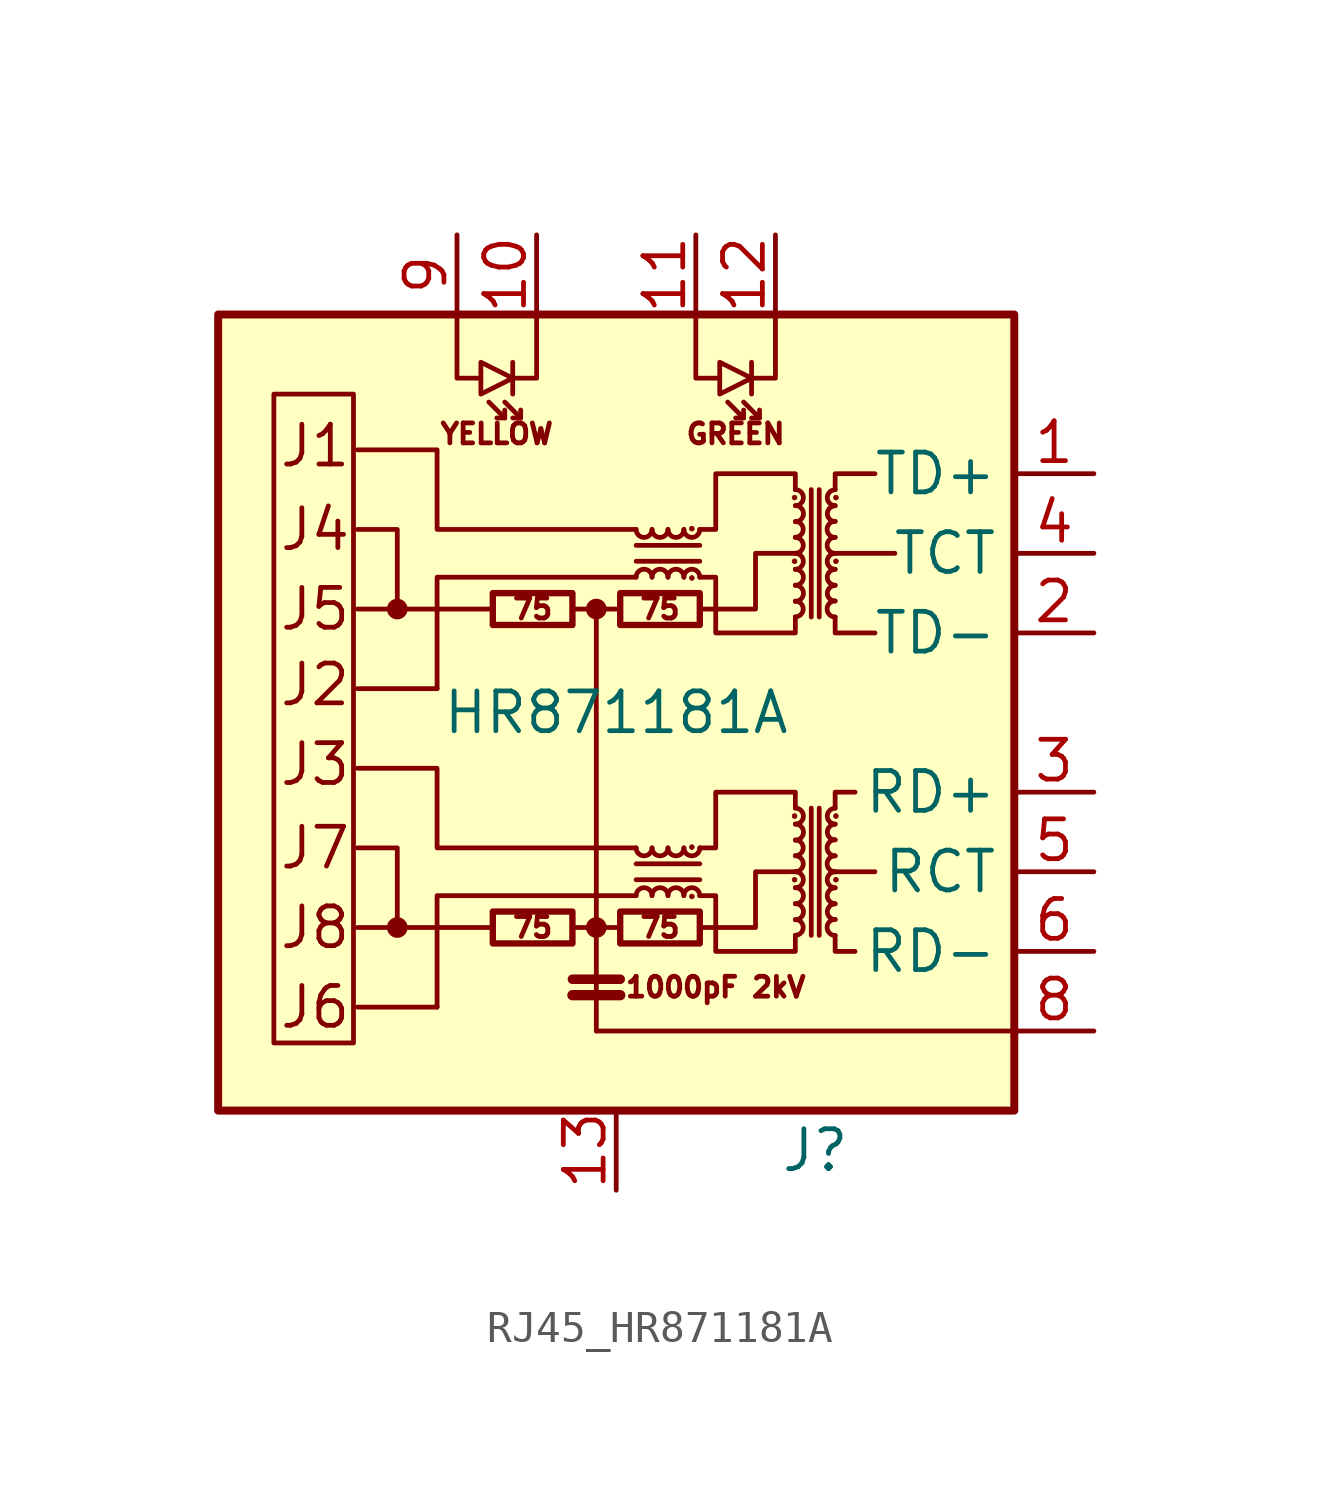
<source format=kicad_sym>
(kicad_symbol_lib
  (version 20220914)
  (generator kicad_symbol_editor)
  (symbol "RJ45_HR871181A"
    (property "Reference" "J"
      (at 6.35 -13.97 0)
      (effects (font (size 1.27 1.27))))
    (property "Value" "HR871181A"
      (at 0 0 0)
      (effects (font (size 1.27 1.27))))
    (symbol "RJ45_HR871181A_0_0"
      (rectangle (start -12.7 12.7) (end 12.7 -12.7) (stroke (width 0.254) (type default)) (fill (type background)))
      (polyline (pts (xy -3.937 -6.858) (xy -8.255 -6.858)) (stroke (width 0) (type default)) (fill (type none)))
      (polyline (pts (xy -3.937 3.302) (xy -8.255 3.302)) (stroke (width 0) (type default)) (fill (type none)))
      (polyline (pts (xy -0.635 -10.16) (xy 12.7 -10.16)) (stroke (width 0) (type default)) (fill (type none)))
      (polyline (pts (xy 8.255 -5.08) (xy 6.985 -5.08)) (stroke (width 0) (type default)) (fill (type none)))
      (polyline (pts (xy 8.89 5.08) (xy 6.985 5.08)) (stroke (width 0) (type default)) (fill (type none)))
      (polyline (pts (xy 0.635 -4.318) (xy -5.715 -4.318) (xy -5.715 -1.778) (xy -8.255 -1.778)) (stroke (width 0) (type default)) (fill (type none)))
      (polyline (pts (xy 0.635 5.842) (xy -5.715 5.842) (xy -5.715 8.382) (xy -8.255 8.382)) (stroke (width 0) (type default)) (fill (type none)))
      (polyline (pts (xy 2.667 -6.858) (xy 4.445 -6.858) (xy 4.445 -5.08) (xy 5.715 -5.08)) (stroke (width 0) (type default)) (fill (type none)))
      (polyline (pts (xy 2.667 3.302) (xy 4.445 3.302) (xy 4.445 5.08) (xy 5.715 5.08)) (stroke (width 0) (type default)) (fill (type none)))
      (text "1000pF 2kV" (at 3.175 -8.763 0) (effects (font (size 0.635 0.635))))
      (text "75" (at -2.667 -6.858 0) (effects (font (size 0.635 0.635))))
      (text "75" (at -2.667 3.302 0) (effects (font (size 0.635 0.635))))
      (text "75" (at 1.397 -6.858 0) (effects (font (size 0.635 0.635))))
      (text "75" (at 1.397 3.302 0) (effects (font (size 0.635 0.635))))
      (text "GREEN" (at 3.81 8.89 0) (effects (font (size 0.635 0.635))))
      (text "J1" (at -10.795 8.509 0) (effects (font (size 1.27 1.27)) (justify left)))
      (text "J2" (at -10.795 0.889 0) (effects (font (size 1.27 1.27)) (justify left)))
      (text "J3" (at -10.795 -1.651 0) (effects (font (size 1.27 1.27)) (justify left)))
      (text "J4" (at -10.795 5.842 0) (effects (font (size 1.27 1.27)) (justify left)))
      (text "J5" (at -10.795 3.302 0) (effects (font (size 1.27 1.27)) (justify left)))
      (text "J6" (at -10.795 -9.398 0) (effects (font (size 1.27 1.27)) (justify left)))
      (text "J7" (at -10.795 -4.318 0) (effects (font (size 1.27 1.27)) (justify left)))
      (text "J8" (at -10.795 -6.858 0) (effects (font (size 1.27 1.27)) (justify left)))
      (text "YELLOW" (at -3.81 8.89 0) (effects (font (size 0.635 0.635)))))
    (symbol "RJ45_HR871181A_0_1"
      (rectangle (start -8.382 -10.541) (end -10.922 10.16) (stroke (width 0) (type default)) (fill (type none)))
      (circle (center -6.985 -6.858) (radius 0.254) (stroke (width 0) (type default)) (fill (type outline)))
      (circle (center -6.985 3.302) (radius 0.254) (stroke (width 0) (type default)) (fill (type outline)))
      (rectangle (start -3.937 -7.366) (end -1.397 -6.35) (stroke (width 0.203) (type default)) (fill (type none)))
      (rectangle (start -3.937 2.794) (end -1.397 3.81) (stroke (width 0.203) (type default)) (fill (type none)))
      (circle (center -0.635 -6.858) (radius 0.254) (stroke (width 0) (type default)) (fill (type outline)))
      (circle (center -0.635 3.302) (radius 0.254) (stroke (width 0) (type default)) (fill (type outline)))
      (polyline (pts (xy -5.715 -9.398) (xy -8.255 -9.398)) (stroke (width 0) (type default)) (fill (type none)))
      (polyline (pts (xy -5.715 0.762) (xy -8.255 0.762)) (stroke (width 0) (type default)) (fill (type none)))
      (polyline (pts (xy -3.556 9.398) (xy -4.064 9.906)) (stroke (width 0) (type default)) (fill (type none)))
      (polyline (pts (xy -3.302 11.176) (xy -3.302 10.16)) (stroke (width 0) (type default)) (fill (type none)))
      (polyline (pts (xy -3.048 9.398) (xy -3.556 9.906)) (stroke (width 0) (type default)) (fill (type none)))
      (polyline (pts (xy -1.397 -9.017) (xy 0.127 -9.017)) (stroke (width 0.33) (type default)) (fill (type none)))
      (polyline (pts (xy -1.397 -8.509) (xy 0.127 -8.509)) (stroke (width 0.305) (type default)) (fill (type none)))
      (polyline (pts (xy -0.635 3.302) (xy -1.397 3.302)) (stroke (width 0) (type default)) (fill (type none)))
      (polyline (pts (xy 0.127 -6.858) (xy -1.397 -6.858)) (stroke (width 0) (type default)) (fill (type none)))
      (polyline (pts (xy 0.635 -5.334) (xy 2.667 -5.334)) (stroke (width 0) (type default)) (fill (type none)))
      (polyline (pts (xy 0.635 4.826) (xy 2.667 4.826)) (stroke (width 0) (type default)) (fill (type none)))
      (polyline (pts (xy 2.667 -4.826) (xy 0.635 -4.826)) (stroke (width 0) (type default)) (fill (type none)))
      (polyline (pts (xy 2.667 5.334) (xy 0.635 5.334)) (stroke (width 0) (type default)) (fill (type none)))
      (polyline (pts (xy 4.064 9.398) (xy 3.556 9.906)) (stroke (width 0) (type default)) (fill (type none)))
      (polyline (pts (xy 4.318 11.176) (xy 4.318 10.16)) (stroke (width 0) (type default)) (fill (type none)))
      (polyline (pts (xy 4.572 9.398) (xy 4.064 9.906)) (stroke (width 0) (type default)) (fill (type none)))
      (polyline (pts (xy 6.223 -3.048) (xy 6.223 -7.112)) (stroke (width 0) (type default)) (fill (type none)))
      (polyline (pts (xy 6.223 7.112) (xy 6.223 3.048)) (stroke (width 0) (type default)) (fill (type none)))
      (polyline (pts (xy 6.477 -7.112) (xy 6.477 -3.048)) (stroke (width 0) (type default)) (fill (type none)))
      (polyline (pts (xy 6.477 3.048) (xy 6.477 7.112)) (stroke (width 0) (type default)) (fill (type none)))
      (polyline (pts (xy -6.985 -6.858) (xy -6.985 -4.318) (xy -8.255 -4.318)) (stroke (width 0) (type default)) (fill (type none)))
      (polyline (pts (xy -6.985 3.302) (xy -6.985 5.842) (xy -8.255 5.842)) (stroke (width 0) (type default)) (fill (type none)))
      (polyline (pts (xy -5.08 12.7) (xy -5.08 10.668) (xy -4.318 10.668)) (stroke (width 0) (type default)) (fill (type none)))
      (polyline (pts (xy -3.556 9.652) (xy -3.556 9.398) (xy -3.81 9.398)) (stroke (width 0) (type default)) (fill (type none)))
      (polyline (pts (xy -3.048 9.652) (xy -3.048 9.398) (xy -3.302 9.398)) (stroke (width 0) (type default)) (fill (type none)))
      (polyline (pts (xy -2.54 12.7) (xy -2.54 10.668) (xy -3.302 10.668)) (stroke (width 0) (type default)) (fill (type none)))
      (polyline (pts (xy -0.635 -10.16) (xy -0.635 3.302) (xy 0 3.302)) (stroke (width 0) (type default)) (fill (type none)))
      (polyline (pts (xy 0.635 -5.842) (xy -5.715 -5.842) (xy -5.715 -9.398)) (stroke (width 0) (type default)) (fill (type none)))
      (polyline (pts (xy 0.635 4.318) (xy -5.715 4.318) (xy -5.715 0.762)) (stroke (width 0) (type default)) (fill (type none)))
      (polyline (pts (xy 2.54 12.7) (xy 2.54 10.668) (xy 3.302 10.668)) (stroke (width 0) (type default)) (fill (type none)))
      (polyline (pts (xy 4.064 9.652) (xy 4.064 9.398) (xy 3.81 9.398)) (stroke (width 0) (type default)) (fill (type none)))
      (polyline (pts (xy 4.572 9.652) (xy 4.572 9.398) (xy 4.318 9.398)) (stroke (width 0) (type default)) (fill (type none)))
      (polyline (pts (xy 5.08 12.7) (xy 5.08 10.668) (xy 4.318 10.668)) (stroke (width 0) (type default)) (fill (type none)))
      (polyline (pts (xy 6.985 -7.112) (xy 6.985 -7.62) (xy 7.62 -7.62)) (stroke (width 0) (type default)) (fill (type none)))
      (polyline (pts (xy 6.985 -3.048) (xy 6.985 -2.54) (xy 7.62 -2.54)) (stroke (width 0) (type default)) (fill (type none)))
      (polyline (pts (xy 6.985 3.048) (xy 6.985 2.54) (xy 8.255 2.54)) (stroke (width 0) (type default)) (fill (type none)))
      (polyline (pts (xy 6.985 7.112) (xy 6.985 7.62) (xy 8.255 7.62)) (stroke (width 0) (type default)) (fill (type none)))
      (polyline (pts (xy -3.302 10.668) (xy -4.318 11.176) (xy -4.318 10.16) (xy -3.302 10.668)) (stroke (width 0) (type default)) (fill (type none)))
      (polyline (pts (xy 4.318 10.668) (xy 3.302 11.176) (xy 3.302 10.16) (xy 4.318 10.668)) (stroke (width 0) (type default)) (fill (type none)))
      (polyline (pts (xy 2.667 -4.318) (xy 3.175 -4.318) (xy 3.175 -2.54) (xy 5.715 -2.54) (xy 5.715 -3.048)) (stroke (width 0) (type default)) (fill (type none)))
      (polyline (pts (xy 2.667 5.842) (xy 3.175 5.842) (xy 3.175 7.62) (xy 5.715 7.62) (xy 5.715 7.112)) (stroke (width 0) (type default)) (fill (type none)))
      (polyline (pts (xy 5.715 -7.112) (xy 5.715 -7.62) (xy 3.175 -7.62) (xy 3.175 -5.842) (xy 2.667 -5.842)) (stroke (width 0) (type default)) (fill (type none)))
      (polyline (pts (xy 5.715 3.048) (xy 5.715 2.54) (xy 3.175 2.54) (xy 3.175 4.318) (xy 2.667 4.318)) (stroke (width 0) (type default)) (fill (type none)))
      (rectangle (start 0.127 -7.366) (end 2.667 -6.35) (stroke (width 0.203) (type default)) (fill (type none)))
      (rectangle (start 0.127 2.794) (end 2.667 3.81) (stroke (width 0.203) (type default)) (fill (type none)))
      (arc (start 0.635 -4.318) (mid 0.889 -4.5709) (end 1.143 -4.318) (stroke (width 0) (type default)) (fill (type none)))
      (arc (start 0.635 5.842) (mid 0.889 5.5891) (end 1.143 5.842) (stroke (width 0) (type default)) (fill (type none)))
      (arc (start 1.143 -5.842) (mid 0.889 -5.5891) (end 0.635 -5.842) (stroke (width 0) (type default)) (fill (type none)))
      (arc (start 1.143 -4.318) (mid 1.397 -4.5709) (end 1.651 -4.318) (stroke (width 0) (type default)) (fill (type none)))
      (arc (start 1.143 4.318) (mid 0.889 4.5709) (end 0.635 4.318) (stroke (width 0) (type default)) (fill (type none)))
      (arc (start 1.143 5.842) (mid 1.397 5.5891) (end 1.651 5.842) (stroke (width 0) (type default)) (fill (type none)))
      (arc (start 1.651 -5.842) (mid 1.397 -5.5891) (end 1.143 -5.842) (stroke (width 0) (type default)) (fill (type none)))
      (arc (start 1.651 -4.318) (mid 1.905 -4.5709) (end 2.159 -4.318) (stroke (width 0) (type default)) (fill (type none)))
      (arc (start 1.651 4.318) (mid 1.397 4.5709) (end 1.143 4.318) (stroke (width 0) (type default)) (fill (type none)))
      (arc (start 1.651 5.842) (mid 1.905 5.5891) (end 2.159 5.842) (stroke (width 0) (type default)) (fill (type none)))
      (arc (start 2.159 -5.842) (mid 1.905 -5.5891) (end 1.651 -5.842) (stroke (width 0) (type default)) (fill (type none)))
      (arc (start 2.159 -4.318) (mid 2.413 -4.5709) (end 2.667 -4.318) (stroke (width 0) (type default)) (fill (type none)))
      (arc (start 2.159 4.318) (mid 1.905 4.5709) (end 1.651 4.318) (stroke (width 0) (type default)) (fill (type none)))
      (arc (start 2.159 5.842) (mid 2.413 5.5891) (end 2.667 5.842) (stroke (width 0) (type default)) (fill (type none)))
      (circle (center 2.413 -5.867) (radius 0.076) (stroke (width 0.025) (type default)) (fill (type outline)))
      (circle (center 2.413 -4.293) (radius 0.076) (stroke (width 0.025) (type default)) (fill (type outline)))
      (circle (center 2.413 4.293) (radius 0.076) (stroke (width 0.025) (type default)) (fill (type outline)))
      (circle (center 2.413 5.867) (radius 0.076) (stroke (width 0.025) (type default)) (fill (type outline)))
      (arc (start 2.667 -5.842) (mid 2.413 -5.5891) (end 2.159 -5.842) (stroke (width 0) (type default)) (fill (type none)))
      (arc (start 2.667 4.318) (mid 2.413 4.5709) (end 2.159 4.318) (stroke (width 0) (type default)) (fill (type none)))
      (circle (center 5.69 -5.334) (radius 0.076) (stroke (width 0.025) (type default)) (fill (type outline)))
      (circle (center 5.69 -3.302) (radius 0.076) (stroke (width 0.025) (type default)) (fill (type outline)))
      (circle (center 5.69 4.826) (radius 0.076) (stroke (width 0.025) (type default)) (fill (type outline)))
      (circle (center 5.69 6.858) (radius 0.076) (stroke (width 0.025) (type default)) (fill (type outline)))
      (arc (start 5.715 -7.112) (mid 5.9679 -6.858) (end 5.715 -6.604) (stroke (width 0) (type default)) (fill (type none)))
      (arc (start 5.715 -6.604) (mid 5.9679 -6.35) (end 5.715 -6.096) (stroke (width 0) (type default)) (fill (type none)))
      (arc (start 5.715 -6.096) (mid 5.9679 -5.842) (end 5.715 -5.588) (stroke (width 0) (type default)) (fill (type none)))
      (arc (start 5.715 -5.588) (mid 5.9679 -5.334) (end 5.715 -5.08) (stroke (width 0) (type default)) (fill (type none)))
      (arc (start 5.715 -5.08) (mid 5.9679 -4.826) (end 5.715 -4.572) (stroke (width 0) (type default)) (fill (type none)))
      (arc (start 5.715 -4.572) (mid 5.9679 -4.318) (end 5.715 -4.064) (stroke (width 0) (type default)) (fill (type none)))
      (arc (start 5.715 -4.064) (mid 5.9679 -3.81) (end 5.715 -3.556) (stroke (width 0) (type default)) (fill (type none)))
      (arc (start 5.715 -3.556) (mid 5.9679 -3.302) (end 5.715 -3.048) (stroke (width 0) (type default)) (fill (type none)))
      (arc (start 5.715 3.048) (mid 5.9679 3.302) (end 5.715 3.556) (stroke (width 0) (type default)) (fill (type none)))
      (arc (start 5.715 3.556) (mid 5.9679 3.81) (end 5.715 4.064) (stroke (width 0) (type default)) (fill (type none)))
      (arc (start 5.715 4.064) (mid 5.9679 4.318) (end 5.715 4.572) (stroke (width 0) (type default)) (fill (type none)))
      (arc (start 5.715 4.572) (mid 5.9679 4.826) (end 5.715 5.08) (stroke (width 0) (type default)) (fill (type none)))
      (arc (start 5.715 5.08) (mid 5.9679 5.334) (end 5.715 5.588) (stroke (width 0) (type default)) (fill (type none)))
      (arc (start 5.715 5.588) (mid 5.9679 5.842) (end 5.715 6.096) (stroke (width 0) (type default)) (fill (type none)))
      (arc (start 5.715 6.096) (mid 5.9679 6.35) (end 5.715 6.604) (stroke (width 0) (type default)) (fill (type none)))
      (arc (start 5.715 6.604) (mid 5.9679 6.858) (end 5.715 7.112) (stroke (width 0) (type default)) (fill (type none)))
      (arc (start 6.985 -6.604) (mid 6.7321 -6.858) (end 6.985 -7.112) (stroke (width 0) (type default)) (fill (type none)))
      (arc (start 6.985 -6.096) (mid 6.7321 -6.35) (end 6.985 -6.604) (stroke (width 0) (type default)) (fill (type none)))
      (arc (start 6.985 -5.588) (mid 6.7321 -5.842) (end 6.985 -6.096) (stroke (width 0) (type default)) (fill (type none)))
      (arc (start 6.985 -5.08) (mid 6.7321 -5.334) (end 6.985 -5.588) (stroke (width 0) (type default)) (fill (type none)))
      (arc (start 6.985 -4.572) (mid 6.7321 -4.826) (end 6.985 -5.08) (stroke (width 0) (type default)) (fill (type none)))
      (arc (start 6.985 -4.064) (mid 6.7321 -4.318) (end 6.985 -4.572) (stroke (width 0) (type default)) (fill (type none)))
      (arc (start 6.985 -3.556) (mid 6.7321 -3.81) (end 6.985 -4.064) (stroke (width 0) (type default)) (fill (type none)))
      (arc (start 6.985 -3.048) (mid 6.7321 -3.302) (end 6.985 -3.556) (stroke (width 0) (type default)) (fill (type none)))
      (arc (start 6.985 3.556) (mid 6.7321 3.302) (end 6.985 3.048) (stroke (width 0) (type default)) (fill (type none)))
      (arc (start 6.985 4.064) (mid 6.7321 3.81) (end 6.985 3.556) (stroke (width 0) (type default)) (fill (type none)))
      (arc (start 6.985 4.572) (mid 6.7321 4.318) (end 6.985 4.064) (stroke (width 0) (type default)) (fill (type none)))
      (arc (start 6.985 5.08) (mid 6.7321 4.826) (end 6.985 4.572) (stroke (width 0) (type default)) (fill (type none)))
      (arc (start 6.985 5.588) (mid 6.7321 5.334) (end 6.985 5.08) (stroke (width 0) (type default)) (fill (type none)))
      (arc (start 6.985 6.096) (mid 6.7321 5.842) (end 6.985 5.588) (stroke (width 0) (type default)) (fill (type none)))
      (arc (start 6.985 6.604) (mid 6.7321 6.35) (end 6.985 6.096) (stroke (width 0) (type default)) (fill (type none)))
      (arc (start 6.985 7.112) (mid 6.7321 6.858) (end 6.985 6.604) (stroke (width 0) (type default)) (fill (type none)))
      (circle (center 7.01 -5.334) (radius 0.076) (stroke (width 0.025) (type default)) (fill (type outline)))
      (circle (center 7.01 -3.302) (radius 0.076) (stroke (width 0.025) (type default)) (fill (type outline)))
      (circle (center 7.01 4.826) (radius 0.076) (stroke (width 0.025) (type default)) (fill (type outline)))
      (circle (center 7.01 6.858) (radius 0.076) (stroke (width 0.025) (type default)) (fill (type outline))))
    (symbol "RJ45_HR871181A_1_1"
      (pin passive line (at 15.24 7.62 180) (length 2.54) (name "TD+" (effects (font (size 1.27 1.27)))) (number "1" (effects (font (size 1.27 1.27)))))
      (pin passive line (at -2.54 15.24 270) (length 2.54) (name "~" (effects (font (size 1.27 1.27)))) (number "10" (effects (font (size 1.27 1.27)))))
      (pin passive line (at 2.54 15.24 270) (length 2.54) (name "~" (effects (font (size 1.27 1.27)))) (number "11" (effects (font (size 1.27 1.27)))))
      (pin passive line (at 5.08 15.24 270) (length 2.54) (name "~" (effects (font (size 1.27 1.27)))) (number "12" (effects (font (size 1.27 1.27)))))
      (pin passive line (at 0 -15.24 90) (length 2.54) (name "~" (effects (font (size 1.27 1.27)))) (number "13" (effects (font (size 1.27 1.27)))))
      (pin passive line (at 15.24 2.54 180) (length 2.54) (name "TD-" (effects (font (size 1.27 1.27)))) (number "2" (effects (font (size 1.27 1.27)))))
      (pin passive line (at 15.24 -2.54 180) (length 2.54) (name "RD+" (effects (font (size 1.27 1.27)))) (number "3" (effects (font (size 1.27 1.27)))))
      (pin passive line (at 15.24 5.08 180) (length 2.54) (name "TCT" (effects (font (size 1.27 1.27)))) (number "4" (effects (font (size 1.27 1.27)))))
      (pin passive line (at 15.24 -5.08 180) (length 2.54) (name "RCT" (effects (font (size 1.27 1.27)))) (number "5" (effects (font (size 1.27 1.27)))))
      (pin passive line (at 15.24 -7.62 180) (length 2.54) (name "RD-" (effects (font (size 1.27 1.27)))) (number "6" (effects (font (size 1.27 1.27)))))
      (pin passive line (at 15.24 -10.16 180) (length 2.54) (name "~" (effects (font (size 1.27 1.27)))) (number "8" (effects (font (size 1.27 1.27)))))
      (pin passive line (at -5.08 15.24 270) (length 2.54) (name "~" (effects (font (size 1.27 1.27)))) (number "9" (effects (font (size 1.27 1.27))))))))
</source>
